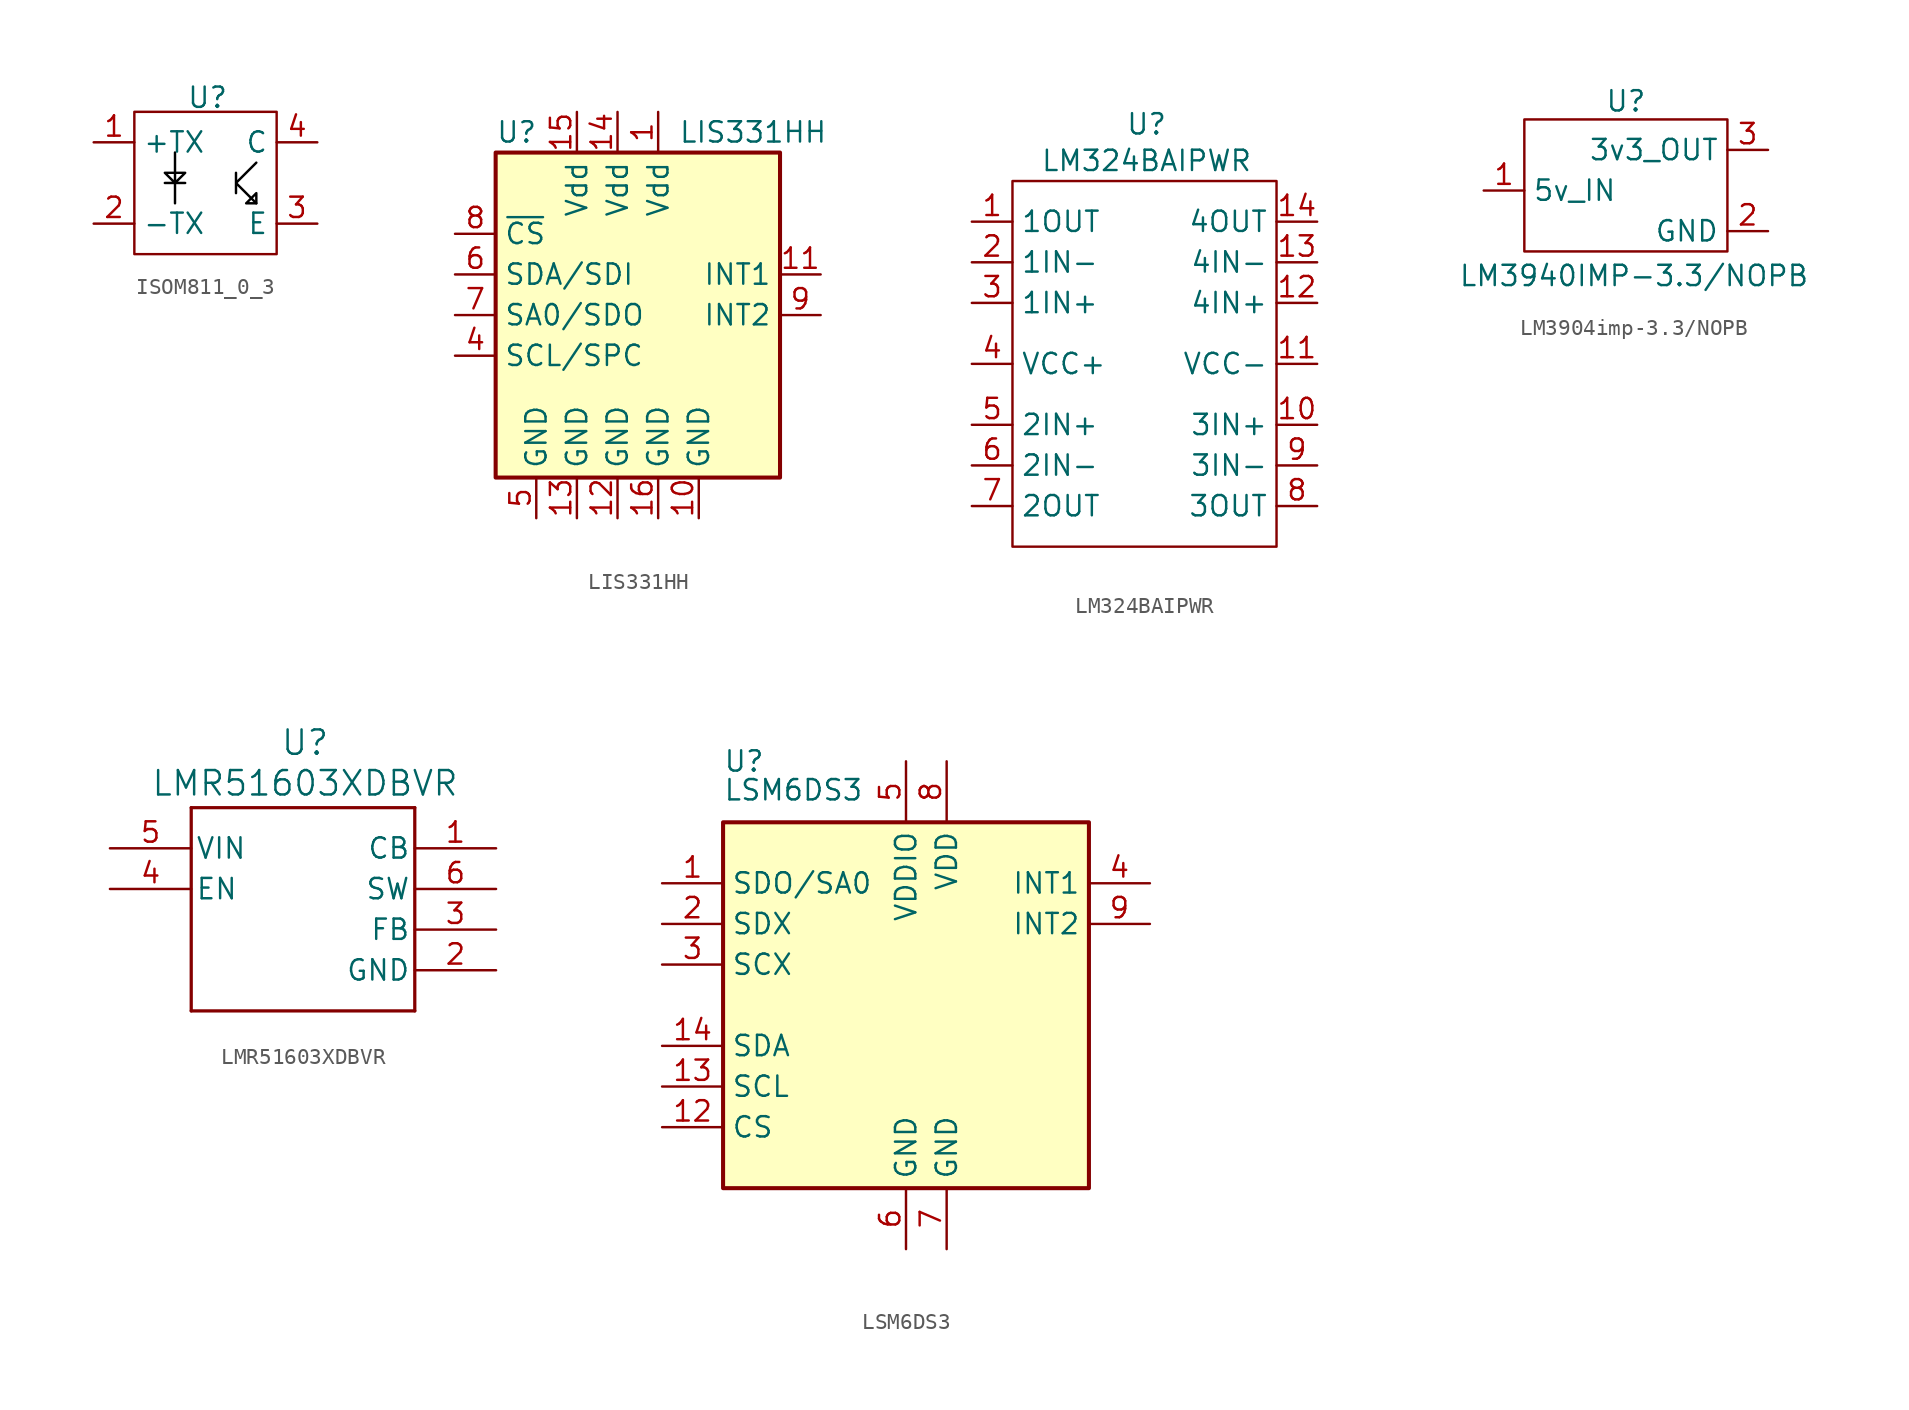
<source format=kicad_sym>
(kicad_symbol_lib
  (version 20241209)
  (generator "kicad_symbol_editor")
  (generator_version "9.0")
  (symbol "ISOM811_0_3"
    (property "Reference" "U"
      (at -0.508 5.334 0)
      (effects (font (size 1.27 1.27))))
    (property "Value" ""
      (at -0.635 1.905 0)
      (effects (font (size 1.27 1.27))))
    (symbol "ISOM811_0_3_0_1"
      (rectangle (start -5.08 4.445) (end 3.81 -4.445) (stroke (width 0) (type default)) (fill (type none)))
      (polyline (pts (xy -2.54 1.905) (xy -2.54 -1.27) (xy -2.54 0) (xy -3.175 0.635) (xy -1.905 0.635) (xy -2.54 0) (xy -3.175 0) (xy -1.905 0)) (stroke (width 0) (type default) (color 0 0 0 1)) (fill (type none)))
      (polyline (pts (xy 2.54 1.27) (xy 2.54 1.27) (xy 1.27 0) (xy 1.27 0.635) (xy 1.27 -0.635) (xy 1.27 0) (xy 2.54 -1.27)) (stroke (width 0) (type default) (color 0 0 0 1)) (fill (type none)))
      (polyline (pts (xy 2.54 -1.27) (xy 1.905 -1.27) (xy 2.54 -0.635) (xy 2.54 -1.27)) (stroke (width 0) (type default) (color 0 0 0 1)) (fill (type none))))
    (symbol "ISOM811_0_3_1_1"
      (pin input line (at -7.62 2.54 0) (length 2.54) (name "+TX" (effects (font (size 1.27 1.27)))) (number "1" (effects (font (size 1.27 1.27)))))
      (pin input line (at -7.62 -2.54 0) (length 2.54) (name "-TX" (effects (font (size 1.27 1.27)))) (number "2" (effects (font (size 1.27 1.27)))))
      (pin power_in line (at 6.35 2.54 180) (length 2.54) (name "C" (effects (font (size 1.27 1.27)))) (number "4" (effects (font (size 1.27 1.27)))))
      (pin power_out line (at 6.35 -2.54 180) (length 2.54) (name "E" (effects (font (size 1.27 1.27)))) (number "3" (effects (font (size 1.27 1.27)))))))
  (symbol "LIS331HH"
    (property "Reference" "U"
      (at -7.62 11.43 0)
      (effects (font (size 1.27 1.27)) (justify left)))
    (property "Value" "LIS331HH"
      (at 3.81 11.43 0)
      (effects (font (size 1.27 1.27)) (justify left)))
    (symbol "LIS331HH_0_1"
      (rectangle (start -7.62 10.16) (end 10.16 -10.16) (stroke (width 0.254) (type solid)) (fill (type background))))
    (symbol "LIS331HH_1_1"
      (pin input line (at -10.16 5.08 0) (length 2.54) (name "~{CS}" (effects (font (size 1.27 1.27)))) (number "8" (effects (font (size 1.27 1.27)))))
      (pin bidirectional line (at -10.16 2.54 0) (length 2.54) (name "SDA/SDI" (effects (font (size 1.27 1.27)))) (number "6" (effects (font (size 1.27 1.27)))))
      (pin output line (at -10.16 0 0) (length 2.54) (name "SA0/SDO" (effects (font (size 1.27 1.27)))) (number "7" (effects (font (size 1.27 1.27)))))
      (pin input line (at -10.16 -2.54 0) (length 2.54) (name "SCL/SPC" (effects (font (size 1.27 1.27)))) (number "4" (effects (font (size 1.27 1.27)))))
      (pin power_in line (at -5.08 -12.7 90) (length 2.54) (name "GND" (effects (font (size 1.27 1.27)))) (number "5" (effects (font (size 1.27 1.27)))))
      (pin power_in line (at -2.54 12.7 270) (length 2.54) (name "Vdd" (effects (font (size 1.27 1.27)))) (number "15" (effects (font (size 1.27 1.27)))))
      (pin power_in line (at -2.54 -12.7 90) (length 2.54) (name "GND" (effects (font (size 1.27 1.27)))) (number "13" (effects (font (size 1.27 1.27)))))
      (pin power_in line (at 0 12.7 270) (length 2.54) (name "Vdd" (effects (font (size 1.27 1.27)))) (number "14" (effects (font (size 1.27 1.27)))))
      (pin power_in line (at 0 -12.7 90) (length 2.54) (name "GND" (effects (font (size 1.27 1.27)))) (number "12" (effects (font (size 1.27 1.27)))))
      (pin power_in line (at 2.54 12.7 270) (length 2.54) (name "Vdd" (effects (font (size 1.27 1.27)))) (number "1" (effects (font (size 1.27 1.27)))))
      (pin power_in line (at 2.54 -12.7 90) (length 2.54) (name "GND" (effects (font (size 1.27 1.27)))) (number "16" (effects (font (size 1.27 1.27)))))
      (pin power_in line (at 5.08 -12.7 90) (length 2.54) (name "GND" (effects (font (size 1.27 1.27)))) (number "10" (effects (font (size 1.27 1.27)))))
      (pin no_connect line (at 10.16 -2.54 180) (length 2.54) (hide yes) (name "NC" (effects (font (size 1.27 1.27)))) (number "2" (effects (font (size 1.27 1.27)))))
      (pin no_connect line (at 10.16 -5.08 180) (length 2.54) (hide yes) (name "NC" (effects (font (size 1.27 1.27)))) (number "3" (effects (font (size 1.27 1.27)))))
      (pin output line (at 12.7 2.54 180) (length 2.54) (name "INT1" (effects (font (size 1.27 1.27)))) (number "11" (effects (font (size 1.27 1.27)))))
      (pin output line (at 12.7 0 180) (length 2.54) (name "INT2" (effects (font (size 1.27 1.27)))) (number "9" (effects (font (size 1.27 1.27)))))))
  (symbol "LM324BAIPWR"
    (property "Reference" "U"
      (at 8.382 3.556 0)
      (effects (font (size 1.27 1.27))))
    (property "Value" "LM324BAIPWR"
      (at 8.382 1.27 0)
      (effects (font (size 1.27 1.27))))
    (symbol "LM324BAIPWR_0_1"
      (rectangle (start 0 0) (end 16.51 -22.86) (stroke (width 0) (type default)) (fill (type none))))
    (symbol "LM324BAIPWR_1_1"
      (pin passive line (at -2.54 -2.54 0) (length 2.54) (name "1OUT" (effects (font (size 1.27 1.27)))) (number "1" (effects (font (size 1.27 1.27)))))
      (pin passive line (at -2.54 -5.08 0) (length 2.54) (name "1IN-" (effects (font (size 1.27 1.27)))) (number "2" (effects (font (size 1.27 1.27)))))
      (pin passive line (at -2.54 -7.62 0) (length 2.54) (name "1IN+" (effects (font (size 1.27 1.27)))) (number "3" (effects (font (size 1.27 1.27)))))
      (pin passive line (at -2.54 -11.43 0) (length 2.54) (name "VCC+" (effects (font (size 1.27 1.27)))) (number "4" (effects (font (size 1.27 1.27)))))
      (pin passive line (at -2.54 -15.24 0) (length 2.54) (name "2IN+" (effects (font (size 1.27 1.27)))) (number "5" (effects (font (size 1.27 1.27)))))
      (pin passive line (at -2.54 -17.78 0) (length 2.54) (name "2IN-" (effects (font (size 1.27 1.27)))) (number "6" (effects (font (size 1.27 1.27)))))
      (pin passive line (at -2.54 -20.32 0) (length 2.54) (name "2OUT" (effects (font (size 1.27 1.27)))) (number "7" (effects (font (size 1.27 1.27)))))
      (pin passive line (at 19.05 -2.54 180) (length 2.54) (name "4OUT" (effects (font (size 1.27 1.27)))) (number "14" (effects (font (size 1.27 1.27)))))
      (pin passive line (at 19.05 -5.08 180) (length 2.54) (name "4IN-" (effects (font (size 1.27 1.27)))) (number "13" (effects (font (size 1.27 1.27)))))
      (pin passive line (at 19.05 -7.62 180) (length 2.54) (name "4IN+" (effects (font (size 1.27 1.27)))) (number "12" (effects (font (size 1.27 1.27)))))
      (pin passive line (at 19.05 -11.43 180) (length 2.54) (name "VCC-" (effects (font (size 1.27 1.27)))) (number "11" (effects (font (size 1.27 1.27)))))
      (pin passive line (at 19.05 -15.24 180) (length 2.54) (name "3IN+" (effects (font (size 1.27 1.27)))) (number "10" (effects (font (size 1.27 1.27)))))
      (pin passive line (at 19.05 -17.78 180) (length 2.54) (name "3IN-" (effects (font (size 1.27 1.27)))) (number "9" (effects (font (size 1.27 1.27)))))
      (pin passive line (at 19.05 -20.32 180) (length 2.54) (name "3OUT" (effects (font (size 1.27 1.27)))) (number "8" (effects (font (size 1.27 1.27)))))))
  (symbol "LM3904imp-3.3/NOPB"
    (property "Reference" "U"
      (at 0 5.588 0)
      (effects (font (size 1.27 1.27))))
    (property "Value" "LM3940IMP-3.3/NOPB"
      (at 0.508 -5.334 0)
      (effects (font (size 1.27 1.27))))
    (symbol "LM3904imp-3.3/NOPB_0_1"
      (rectangle (start -6.35 4.445) (end 6.35 -3.81) (stroke (width 0) (type default)) (fill (type none))))
    (symbol "LM3904imp-3.3/NOPB_1_1"
      (pin power_in line (at -8.89 0 0) (length 2.54) (name "5v_IN" (effects (font (size 1.27 1.27)))) (number "1" (effects (font (size 1.27 1.27)))))
      (pin passive line (at 8.89 2.54 180) (length 2.54) (name "3v3_OUT" (effects (font (size 1.27 1.27)))) (number "3" (effects (font (size 1.27 1.27)))))
      (pin passive line (at 8.89 -2.54 180) (length 2.54) (name "GND" (effects (font (size 1.27 1.27)))) (number "2" (effects (font (size 1.27 1.27)))))))
  (symbol "LMR51603XDBVR"
    (pin_names
      (offset 0.254))
    (property "Reference" "U"
      (at -0.508 10.414 0)
      (effects (font (size 1.524 1.524))))
    (property "Value" "LMR51603XDBVR"
      (at -0.508 7.874 0)
      (effects (font (size 1.524 1.524))))
    (property "ki_locked" ""
      (at 0 0 0)
      (effects (font (size 1.27 1.27))))
    (symbol "LMR51603XDBVR_0_1"
      (polyline (pts (xy -7.62 6.35) (xy -7.62 -6.35)) (stroke (width 0.203) (type default)) (fill (type none)))
      (polyline (pts (xy -7.62 -6.35) (xy 6.35 -6.35)) (stroke (width 0.203) (type default)) (fill (type none)))
      (polyline (pts (xy 6.35 6.35) (xy -7.62 6.35)) (stroke (width 0.203) (type default)) (fill (type none)))
      (polyline (pts (xy 6.35 -6.35) (xy 6.35 6.35)) (stroke (width 0.203) (type default)) (fill (type none)))
      (pin power_in line (at -12.7 3.81 0) (length 5.08) (name "VIN" (effects (font (size 1.27 1.27)))) (number "5" (effects (font (size 1.27 1.27)))))
      (pin input line (at -12.7 1.27 0) (length 5.08) (name "EN" (effects (font (size 1.27 1.27)))) (number "4" (effects (font (size 1.27 1.27)))))
      (pin unspecified line (at 11.43 3.81 180) (length 5.08) (name "CB" (effects (font (size 1.27 1.27)))) (number "1" (effects (font (size 1.27 1.27)))))
      (pin unspecified line (at 11.43 1.27 180) (length 5.08) (name "SW" (effects (font (size 1.27 1.27)))) (number "6" (effects (font (size 1.27 1.27)))))
      (pin unspecified line (at 11.43 -1.27 180) (length 5.08) (name "FB" (effects (font (size 1.27 1.27)))) (number "3" (effects (font (size 1.27 1.27)))))
      (pin power_in line (at 11.43 -3.81 180) (length 5.08) (name "GND" (effects (font (size 1.27 1.27)))) (number "2" (effects (font (size 1.27 1.27)))))))
  (symbol "LSM6DS3"
    (property "Reference" "U"
      (at -11.43 15.24 0)
      (effects (font (size 1.27 1.27)) (justify left)))
    (property "Value" "LSM6DS3"
      (at -11.43 12.7 0)
      (effects (font (size 1.27 1.27)) (justify left bottom)))
    (symbol "LSM6DS3_0_1"
      (rectangle (start 11.43 11.43) (end -11.43 -11.43) (stroke (width 0.254) (type solid)) (fill (type background))))
    (symbol "LSM6DS3_1_1"
      (pin bidirectional line (at -15.24 7.62 0) (length 3.81) (name "SDO/SA0" (effects (font (size 1.27 1.27)))) (number "1" (effects (font (size 1.27 1.27)))))
      (pin bidirectional line (at -15.24 5.08 0) (length 3.81) (name "SDX" (effects (font (size 1.27 1.27)))) (number "2" (effects (font (size 1.27 1.27)))))
      (pin input line (at -15.24 2.54 0) (length 3.81) (name "SCX" (effects (font (size 1.27 1.27)))) (number "3" (effects (font (size 1.27 1.27)))))
      (pin bidirectional line (at -15.24 -2.54 0) (length 3.81) (name "SDA" (effects (font (size 1.27 1.27)))) (number "14" (effects (font (size 1.27 1.27)))))
      (pin input line (at -15.24 -5.08 0) (length 3.81) (name "SCL" (effects (font (size 1.27 1.27)))) (number "13" (effects (font (size 1.27 1.27)))))
      (pin input line (at -15.24 -7.62 0) (length 3.81) (name "CS" (effects (font (size 1.27 1.27)))) (number "12" (effects (font (size 1.27 1.27)))))
      (pin power_in line (at 0 15.24 270) (length 3.81) (name "VDDIO" (effects (font (size 1.27 1.27)))) (number "5" (effects (font (size 1.27 1.27)))))
      (pin power_in line (at 0 -15.24 90) (length 3.81) (name "GND" (effects (font (size 1.27 1.27)))) (number "6" (effects (font (size 1.27 1.27)))))
      (pin power_in line (at 2.54 15.24 270) (length 3.81) (name "VDD" (effects (font (size 1.27 1.27)))) (number "8" (effects (font (size 1.27 1.27)))))
      (pin power_in line (at 2.54 -15.24 90) (length 3.81) (name "GND" (effects (font (size 1.27 1.27)))) (number "7" (effects (font (size 1.27 1.27)))))
      (pin no_connect line (at 10.16 -2.54 180) (length 3.81) (hide yes) (name "NC" (effects (font (size 1.27 1.27)))) (number "11" (effects (font (size 1.27 1.27)))))
      (pin no_connect line (at 10.16 -5.08 180) (length 3.81) (hide yes) (name "NC" (effects (font (size 1.27 1.27)))) (number "10" (effects (font (size 1.27 1.27)))))
      (pin output line (at 15.24 7.62 180) (length 3.81) (name "INT1" (effects (font (size 1.27 1.27)))) (number "4" (effects (font (size 1.27 1.27)))))
      (pin output line (at 15.24 5.08 180) (length 3.81) (name "INT2" (effects (font (size 1.27 1.27)))) (number "9" (effects (font (size 1.27 1.27))))))))
</source>
